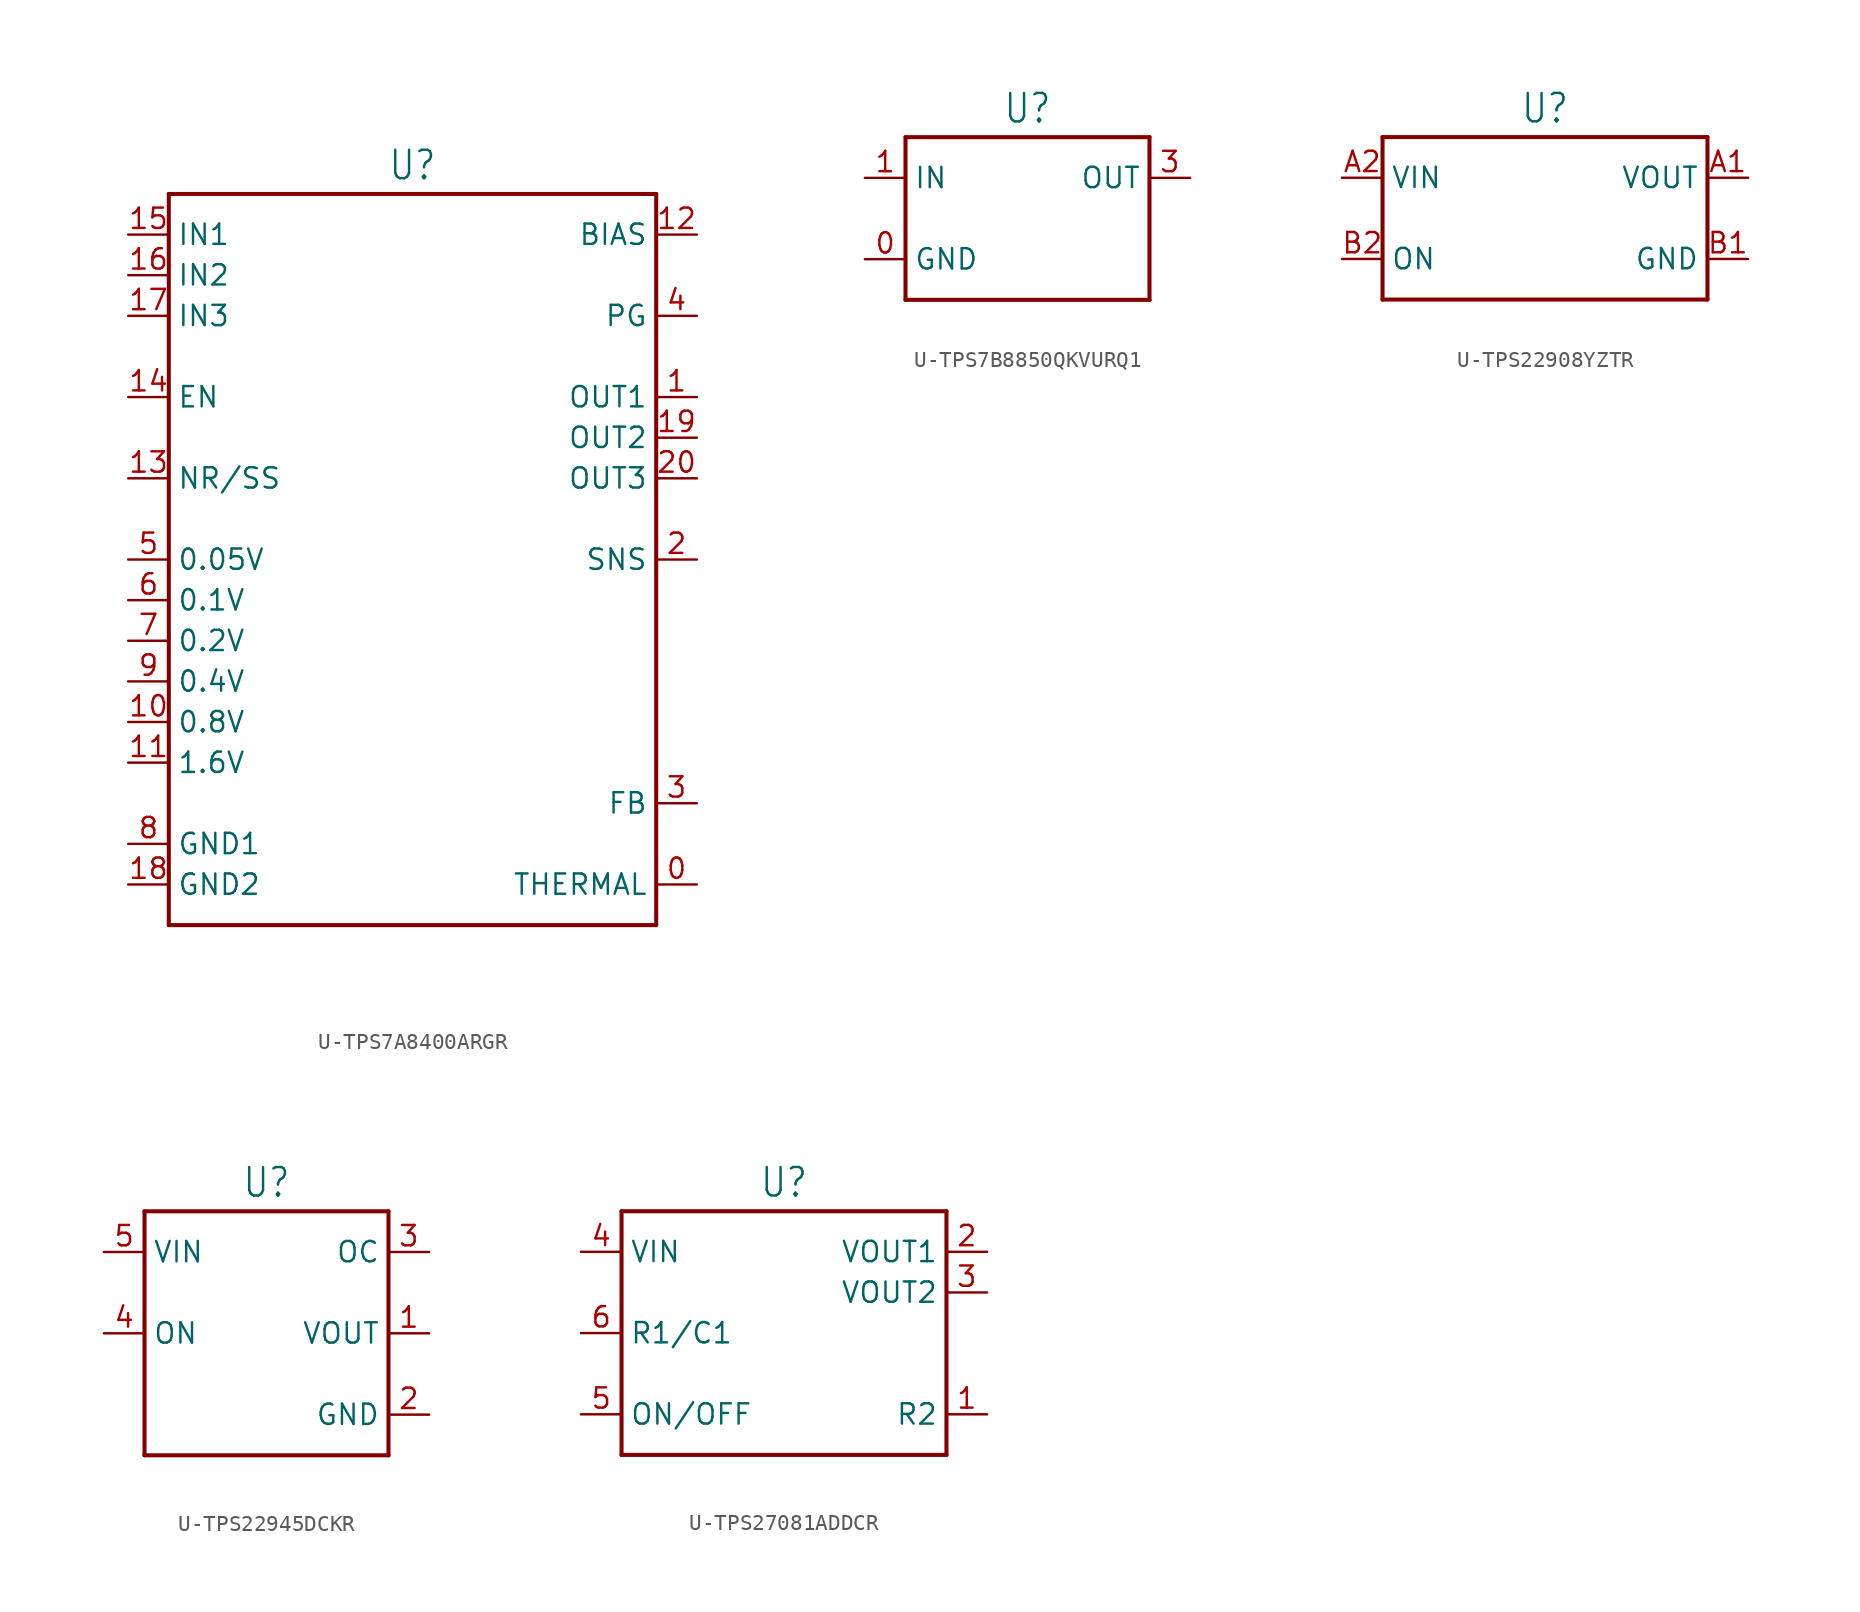
<source format=kicad_sym>
(kicad_symbol_lib
  (version 20231120)
  (generator "kicad_symbol_editor")
  (generator_version "8.0")
  (symbol "U-TPS7A8400ARGR"
    (property "Reference" "U"
      (at 0 23.622 0)
      (effects (font (size 1.778 1.511)) (justify bottom)))
    (property "Value" ""
      (at 0 -23.622 0)
      (effects (font (size 1.778 1.511)) (justify top)))
    (property "ki_locked" ""
      (at 0 0 0)
      (effects (font (size 1.27 1.27))))
    (symbol "U-TPS7A8400ARGR_1_0"
      (polyline (pts (xy -15.24 -22.86) (xy 15.24 -22.86)) (stroke (width 0.254) (type solid)) (fill (type none)))
      (polyline (pts (xy -15.24 22.86) (xy -15.24 -22.86)) (stroke (width 0.254) (type solid)) (fill (type none)))
      (polyline (pts (xy 15.24 -22.86) (xy 15.24 22.86)) (stroke (width 0.254) (type solid)) (fill (type none)))
      (polyline (pts (xy 15.24 22.86) (xy -15.24 22.86)) (stroke (width 0.254) (type solid)) (fill (type none)))
      (pin passive line (at 17.78 -20.32 180) (length 2.54) (name "THERMAL" (effects (font (size 1.27 1.27)))) (number "0" (effects (font (size 1.27 1.27)))))
      (pin passive line (at 17.78 10.16 180) (length 2.54) (name "OUT1" (effects (font (size 1.27 1.27)))) (number "1" (effects (font (size 1.27 1.27)))))
      (pin passive line (at -17.78 -10.16 0) (length 2.54) (name "0.8V" (effects (font (size 1.27 1.27)))) (number "10" (effects (font (size 1.27 1.27)))))
      (pin passive line (at -17.78 -12.7 0) (length 2.54) (name "1.6V" (effects (font (size 1.27 1.27)))) (number "11" (effects (font (size 1.27 1.27)))))
      (pin passive line (at 17.78 20.32 180) (length 2.54) (name "BIAS" (effects (font (size 1.27 1.27)))) (number "12" (effects (font (size 1.27 1.27)))))
      (pin passive line (at -17.78 5.08 0) (length 2.54) (name "NR/SS" (effects (font (size 1.27 1.27)))) (number "13" (effects (font (size 1.27 1.27)))))
      (pin passive line (at -17.78 10.16 0) (length 2.54) (name "EN" (effects (font (size 1.27 1.27)))) (number "14" (effects (font (size 1.27 1.27)))))
      (pin passive line (at -17.78 20.32 0) (length 2.54) (name "IN1" (effects (font (size 1.27 1.27)))) (number "15" (effects (font (size 1.27 1.27)))))
      (pin passive line (at -17.78 17.78 0) (length 2.54) (name "IN2" (effects (font (size 1.27 1.27)))) (number "16" (effects (font (size 1.27 1.27)))))
      (pin passive line (at -17.78 15.24 0) (length 2.54) (name "IN3" (effects (font (size 1.27 1.27)))) (number "17" (effects (font (size 1.27 1.27)))))
      (pin passive line (at -17.78 -20.32 0) (length 2.54) (name "GND2" (effects (font (size 1.27 1.27)))) (number "18" (effects (font (size 1.27 1.27)))))
      (pin passive line (at 17.78 7.62 180) (length 2.54) (name "OUT2" (effects (font (size 1.27 1.27)))) (number "19" (effects (font (size 1.27 1.27)))))
      (pin passive line (at 17.78 0 180) (length 2.54) (name "SNS" (effects (font (size 1.27 1.27)))) (number "2" (effects (font (size 1.27 1.27)))))
      (pin passive line (at 17.78 5.08 180) (length 2.54) (name "OUT3" (effects (font (size 1.27 1.27)))) (number "20" (effects (font (size 1.27 1.27)))))
      (pin passive line (at 17.78 -15.24 180) (length 2.54) (name "FB" (effects (font (size 1.27 1.27)))) (number "3" (effects (font (size 1.27 1.27)))))
      (pin passive line (at 17.78 15.24 180) (length 2.54) (name "PG" (effects (font (size 1.27 1.27)))) (number "4" (effects (font (size 1.27 1.27)))))
      (pin passive line (at -17.78 0 0) (length 2.54) (name "0.05V" (effects (font (size 1.27 1.27)))) (number "5" (effects (font (size 1.27 1.27)))))
      (pin passive line (at -17.78 -2.54 0) (length 2.54) (name "0.1V" (effects (font (size 1.27 1.27)))) (number "6" (effects (font (size 1.27 1.27)))))
      (pin passive line (at -17.78 -5.08 0) (length 2.54) (name "0.2V" (effects (font (size 1.27 1.27)))) (number "7" (effects (font (size 1.27 1.27)))))
      (pin passive line (at -17.78 -17.78 0) (length 2.54) (name "GND1" (effects (font (size 1.27 1.27)))) (number "8" (effects (font (size 1.27 1.27)))))
      (pin passive line (at -17.78 -7.62 0) (length 2.54) (name "0.4V" (effects (font (size 1.27 1.27)))) (number "9" (effects (font (size 1.27 1.27)))))))
  (symbol "U-TPS7B8850QKVURQ1"
    (property "Reference" "U"
      (at 0 5.842 0)
      (effects (font (size 1.778 1.511)) (justify bottom)))
    (property "Value" ""
      (at 0 -5.842 0)
      (effects (font (size 1.778 1.511)) (justify top)))
    (property "ki_locked" ""
      (at 0 0 0)
      (effects (font (size 1.27 1.27))))
    (symbol "U-TPS7B8850QKVURQ1_1_0"
      (polyline (pts (xy -7.62 -5.08) (xy -7.62 5.08)) (stroke (width 0.254) (type solid)) (fill (type none)))
      (polyline (pts (xy -7.62 5.08) (xy 7.62 5.08)) (stroke (width 0.254) (type solid)) (fill (type none)))
      (polyline (pts (xy 7.62 -5.08) (xy -7.62 -5.08)) (stroke (width 0.254) (type solid)) (fill (type none)))
      (polyline (pts (xy 7.62 5.08) (xy 7.62 -5.08)) (stroke (width 0.254) (type solid)) (fill (type none)))
      (pin passive line (at -10.16 -2.54 0) (length 2.54) (name "GND" (effects (font (size 1.27 1.27)))) (number "0" (effects (font (size 1.27 1.27)))))
      (pin passive line (at -10.16 2.54 0) (length 2.54) (name "IN" (effects (font (size 1.27 1.27)))) (number "1" (effects (font (size 1.27 1.27)))))
      (pin passive line (at 10.16 2.54 180) (length 2.54) (name "OUT" (effects (font (size 1.27 1.27)))) (number "3" (effects (font (size 1.27 1.27)))))))
  (symbol "U-TPS22908YZTR"
    (property "Reference" "U"
      (at 0 5.842 0)
      (effects (font (size 1.778 1.511)) (justify bottom)))
    (property "Value" ""
      (at 0 -5.842 0)
      (effects (font (size 1.778 1.511)) (justify top)))
    (property "ki_locked" ""
      (at 0 0 0)
      (effects (font (size 1.27 1.27))))
    (symbol "U-TPS22908YZTR_1_0"
      (polyline (pts (xy -10.16 -5.08) (xy -10.16 5.08)) (stroke (width 0.254) (type solid)) (fill (type none)))
      (polyline (pts (xy -10.16 5.08) (xy 10.16 5.08)) (stroke (width 0.254) (type solid)) (fill (type none)))
      (polyline (pts (xy 10.16 -5.08) (xy -10.16 -5.08)) (stroke (width 0.254) (type solid)) (fill (type none)))
      (polyline (pts (xy 10.16 5.08) (xy 10.16 -5.08)) (stroke (width 0.254) (type solid)) (fill (type none)))
      (pin passive line (at 12.7 2.54 180) (length 2.54) (name "VOUT" (effects (font (size 1.27 1.27)))) (number "A1" (effects (font (size 1.27 1.27)))))
      (pin passive line (at -12.7 2.54 0) (length 2.54) (name "VIN" (effects (font (size 1.27 1.27)))) (number "A2" (effects (font (size 1.27 1.27)))))
      (pin passive line (at 12.7 -2.54 180) (length 2.54) (name "GND" (effects (font (size 1.27 1.27)))) (number "B1" (effects (font (size 1.27 1.27)))))
      (pin passive line (at -12.7 -2.54 0) (length 2.54) (name "ON" (effects (font (size 1.27 1.27)))) (number "B2" (effects (font (size 1.27 1.27)))))))
  (symbol "U-TPS22945DCKR"
    (property "Reference" "U"
      (at 0 8.382 0)
      (effects (font (size 1.778 1.511)) (justify bottom)))
    (property "Value" ""
      (at 0 -8.382 0)
      (effects (font (size 1.778 1.511)) (justify top)))
    (property "ki_locked" ""
      (at 0 0 0)
      (effects (font (size 1.27 1.27))))
    (symbol "U-TPS22945DCKR_1_0"
      (polyline (pts (xy -7.62 -7.62) (xy -7.62 7.62)) (stroke (width 0.254) (type solid)) (fill (type none)))
      (polyline (pts (xy -7.62 7.62) (xy 7.62 7.62)) (stroke (width 0.254) (type solid)) (fill (type none)))
      (polyline (pts (xy 7.62 -7.62) (xy -7.62 -7.62)) (stroke (width 0.254) (type solid)) (fill (type none)))
      (polyline (pts (xy 7.62 7.62) (xy 7.62 -7.62)) (stroke (width 0.254) (type solid)) (fill (type none)))
      (pin passive line (at 10.16 0 180) (length 2.54) (name "VOUT" (effects (font (size 1.27 1.27)))) (number "1" (effects (font (size 1.27 1.27)))))
      (pin passive line (at 10.16 -5.08 180) (length 2.54) (name "GND" (effects (font (size 1.27 1.27)))) (number "2" (effects (font (size 1.27 1.27)))))
      (pin passive line (at 10.16 5.08 180) (length 2.54) (name "OC" (effects (font (size 1.27 1.27)))) (number "3" (effects (font (size 1.27 1.27)))))
      (pin passive line (at -10.16 0 0) (length 2.54) (name "ON" (effects (font (size 1.27 1.27)))) (number "4" (effects (font (size 1.27 1.27)))))
      (pin passive line (at -10.16 5.08 0) (length 2.54) (name "VIN" (effects (font (size 1.27 1.27)))) (number "5" (effects (font (size 1.27 1.27)))))))
  (symbol "U-TPS27081ADDCR"
    (property "Reference" "U"
      (at 0 8.382 0)
      (effects (font (size 1.778 1.511)) (justify bottom)))
    (property "Value" ""
      (at 0 -8.382 0)
      (effects (font (size 1.778 1.511)) (justify top)))
    (property "ki_locked" ""
      (at 0 0 0)
      (effects (font (size 1.27 1.27))))
    (symbol "U-TPS27081ADDCR_1_0"
      (polyline (pts (xy -10.16 -7.62) (xy 10.16 -7.62)) (stroke (width 0.254) (type solid)) (fill (type none)))
      (polyline (pts (xy -10.16 7.62) (xy -10.16 -7.62)) (stroke (width 0.254) (type solid)) (fill (type none)))
      (polyline (pts (xy 10.16 -7.62) (xy 10.16 7.62)) (stroke (width 0.254) (type solid)) (fill (type none)))
      (polyline (pts (xy 10.16 7.62) (xy -10.16 7.62)) (stroke (width 0.254) (type solid)) (fill (type none)))
      (pin passive line (at 12.7 -5.08 180) (length 2.54) (name "R2" (effects (font (size 1.27 1.27)))) (number "1" (effects (font (size 1.27 1.27)))))
      (pin passive line (at 12.7 5.08 180) (length 2.54) (name "VOUT1" (effects (font (size 1.27 1.27)))) (number "2" (effects (font (size 1.27 1.27)))))
      (pin passive line (at 12.7 2.54 180) (length 2.54) (name "VOUT2" (effects (font (size 1.27 1.27)))) (number "3" (effects (font (size 1.27 1.27)))))
      (pin passive line (at -12.7 5.08 0) (length 2.54) (name "VIN" (effects (font (size 1.27 1.27)))) (number "4" (effects (font (size 1.27 1.27)))))
      (pin passive line (at -12.7 -5.08 0) (length 2.54) (name "ON/OFF" (effects (font (size 1.27 1.27)))) (number "5" (effects (font (size 1.27 1.27)))))
      (pin passive line (at -12.7 0 0) (length 2.54) (name "R1/C1" (effects (font (size 1.27 1.27)))) (number "6" (effects (font (size 1.27 1.27))))))))
</source>
